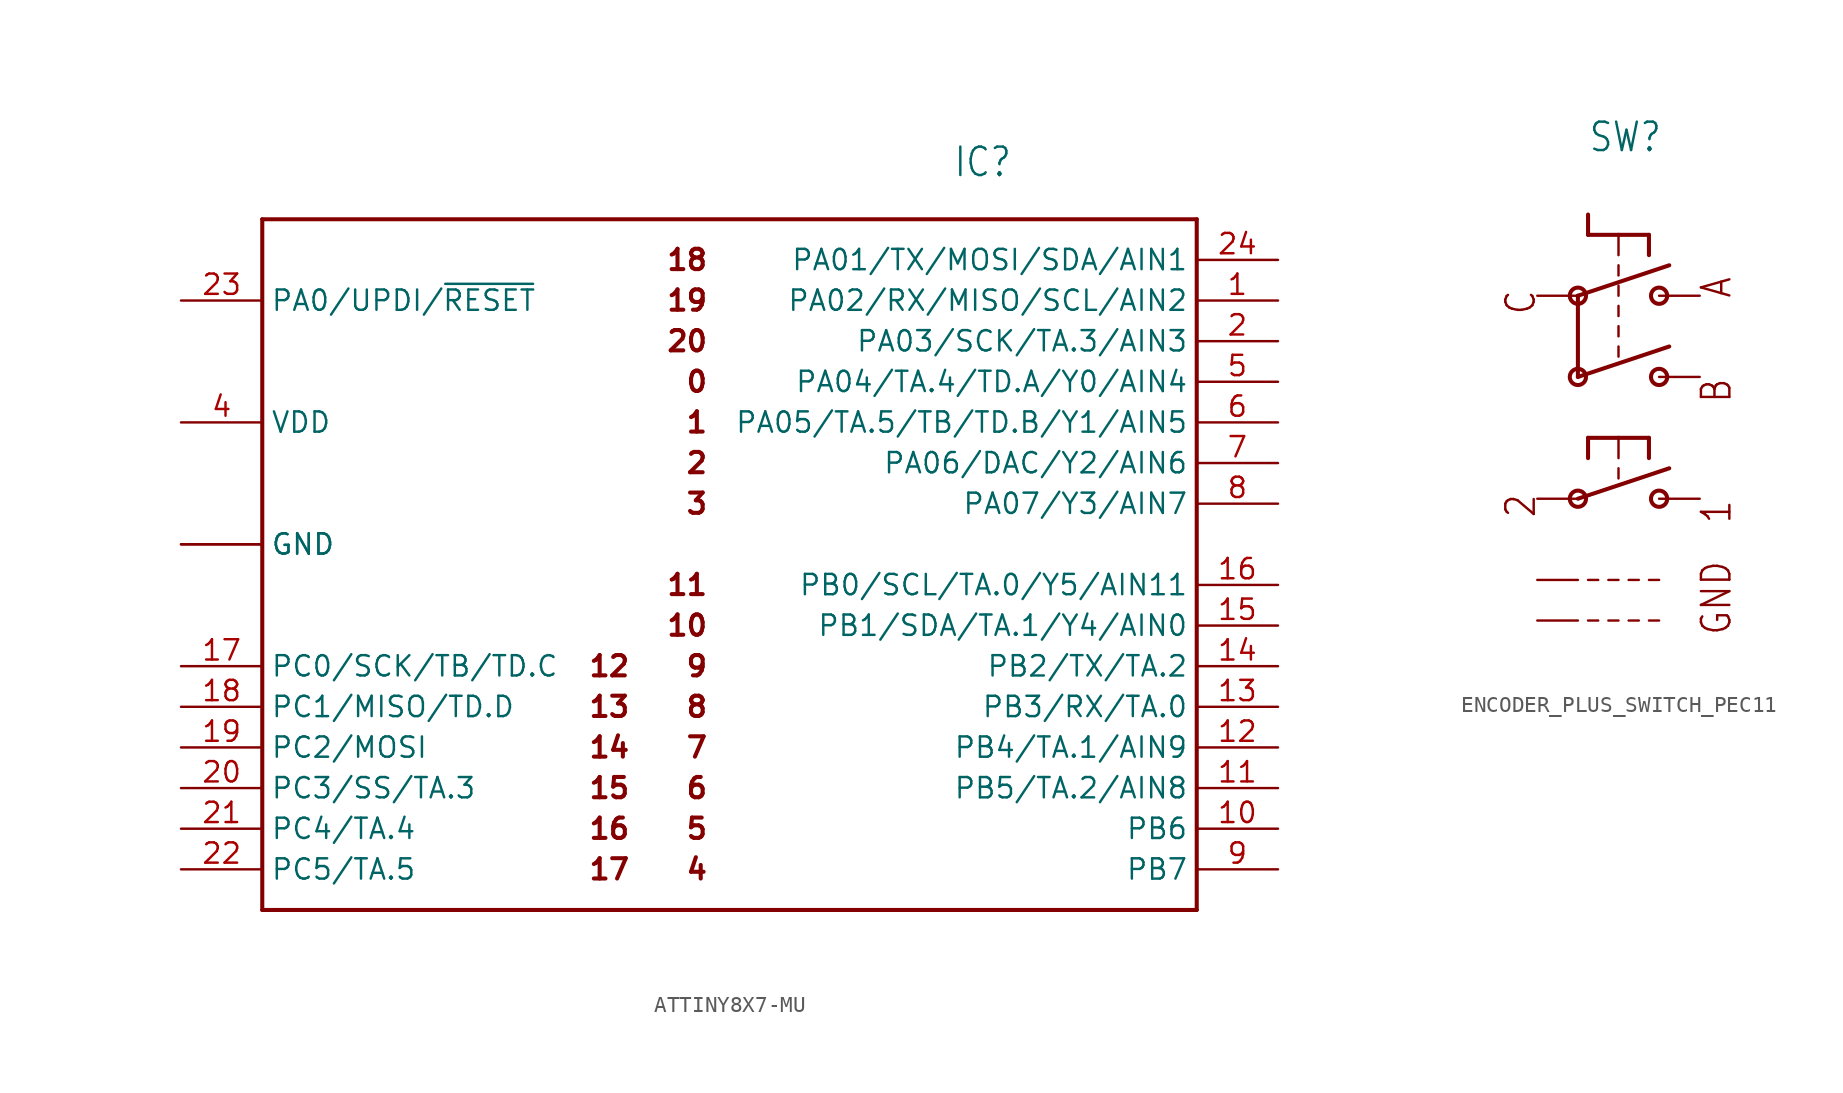
<source format=kicad_sym>
(kicad_symbol_lib
  (version 20220914)
  (generator kicad_symbol_editor)
  (symbol "ATTINY8X7-MU"
    (property "Reference" "IC"
      (at 12.7 25.4 0)
      (effects (font (size 1.778 1.511)) (justify left bottom)))
    (property "Value" ""
      (at -30.48 25.4 0)
      (effects (font (size 1.778 1.511)) (justify left bottom)))
    (property "ki_locked" ""
      (at 0 0 0)
      (effects (font (size 1.27 1.27))))
    (symbol "ATTINY8X7-MU_1_0"
      (polyline (pts (xy -30.48 -20.32) (xy -30.48 22.86)) (stroke (width 0.254) (type solid)) (fill (type none)))
      (polyline (pts (xy -30.48 22.86) (xy 27.94 22.86)) (stroke (width 0.254) (type solid)) (fill (type none)))
      (polyline (pts (xy 27.94 -20.32) (xy -30.48 -20.32)) (stroke (width 0.254) (type solid)) (fill (type none)))
      (polyline (pts (xy 27.94 22.86) (xy 27.94 -20.32)) (stroke (width 0.254) (type solid)) (fill (type none)))
      (text "0" (at -2.54 12.7 0) (effects (font (size 1.27 1.27) (thickness 0.254) bold) (justify right)))
      (text "1" (at -2.54 10.16 0) (effects (font (size 1.27 1.27) (thickness 0.254) bold) (justify right)))
      (text "10" (at -2.54 -2.54 0) (effects (font (size 1.27 1.27) (thickness 0.254) bold) (justify right)))
      (text "11" (at -2.54 0 0) (effects (font (size 1.27 1.27) (thickness 0.254) bold) (justify right)))
      (text "12" (at -10.16 -5.08 0) (effects (font (size 1.27 1.27) (thickness 0.254) bold) (justify left)))
      (text "13" (at -10.16 -7.62 0) (effects (font (size 1.27 1.27) (thickness 0.254) bold) (justify left)))
      (text "14" (at -10.16 -10.16 0) (effects (font (size 1.27 1.27) (thickness 0.254) bold) (justify left)))
      (text "15" (at -10.16 -12.7 0) (effects (font (size 1.27 1.27) (thickness 0.254) bold) (justify left)))
      (text "16" (at -10.16 -15.24 0) (effects (font (size 1.27 1.27) (thickness 0.254) bold) (justify left)))
      (text "17" (at -10.16 -17.78 0) (effects (font (size 1.27 1.27) (thickness 0.254) bold) (justify left)))
      (text "18" (at -2.54 20.32 0) (effects (font (size 1.27 1.27) (thickness 0.254) bold) (justify right)))
      (text "19" (at -2.54 17.78 0) (effects (font (size 1.27 1.27) (thickness 0.254) bold) (justify right)))
      (text "2" (at -2.54 7.62 0) (effects (font (size 1.27 1.27) (thickness 0.254) bold) (justify right)))
      (text "20" (at -2.54 15.24 0) (effects (font (size 1.27 1.27) (thickness 0.254) bold) (justify right)))
      (text "3" (at -2.54 5.08 0) (effects (font (size 1.27 1.27) (thickness 0.254) bold) (justify right)))
      (text "4" (at -2.54 -17.78 0) (effects (font (size 1.27 1.27) (thickness 0.254) bold) (justify right)))
      (text "5" (at -2.54 -15.24 0) (effects (font (size 1.27 1.27) (thickness 0.254) bold) (justify right)))
      (text "6" (at -2.54 -12.7 0) (effects (font (size 1.27 1.27) (thickness 0.254) bold) (justify right)))
      (text "7" (at -2.54 -10.16 0) (effects (font (size 1.27 1.27) (thickness 0.254) bold) (justify right)))
      (text "8" (at -2.54 -7.62 0) (effects (font (size 1.27 1.27) (thickness 0.254) bold) (justify right)))
      (text "9" (at -2.54 -5.08 0) (effects (font (size 1.27 1.27) (thickness 0.254) bold) (justify right)))
      (pin bidirectional line (at 33.02 17.78 180) (length 5.08) (name "PA02/RX/MISO/SCL/AIN2" (effects (font (size 1.27 1.27)))) (number "1" (effects (font (size 1.27 1.27)))))
      (pin bidirectional line (at 33.02 -15.24 180) (length 5.08) (name "PB6" (effects (font (size 1.27 1.27)))) (number "10" (effects (font (size 1.27 1.27)))))
      (pin bidirectional line (at 33.02 -12.7 180) (length 5.08) (name "PB5/TA.2/AIN8" (effects (font (size 1.27 1.27)))) (number "11" (effects (font (size 1.27 1.27)))))
      (pin bidirectional line (at 33.02 -10.16 180) (length 5.08) (name "PB4/TA.1/AIN9" (effects (font (size 1.27 1.27)))) (number "12" (effects (font (size 1.27 1.27)))))
      (pin bidirectional line (at 33.02 -7.62 180) (length 5.08) (name "PB3/RX/TA.0" (effects (font (size 1.27 1.27)))) (number "13" (effects (font (size 1.27 1.27)))))
      (pin bidirectional line (at 33.02 -5.08 180) (length 5.08) (name "PB2/TX/TA.2" (effects (font (size 1.27 1.27)))) (number "14" (effects (font (size 1.27 1.27)))))
      (pin bidirectional line (at 33.02 -2.54 180) (length 5.08) (name "PB1/SDA/TA.1/Y4/AIN0" (effects (font (size 1.27 1.27)))) (number "15" (effects (font (size 1.27 1.27)))))
      (pin bidirectional line (at 33.02 0 180) (length 5.08) (name "PB0/SCL/TA.0/Y5/AIN11" (effects (font (size 1.27 1.27)))) (number "16" (effects (font (size 1.27 1.27)))))
      (pin bidirectional line (at -35.56 -5.08 0) (length 5.08) (name "PC0/SCK/TB/TD.C" (effects (font (size 1.27 1.27)))) (number "17" (effects (font (size 1.27 1.27)))))
      (pin bidirectional line (at -35.56 -7.62 0) (length 5.08) (name "PC1/MISO/TD.D" (effects (font (size 1.27 1.27)))) (number "18" (effects (font (size 1.27 1.27)))))
      (pin bidirectional line (at -35.56 -10.16 0) (length 5.08) (name "PC2/MOSI" (effects (font (size 1.27 1.27)))) (number "19" (effects (font (size 1.27 1.27)))))
      (pin bidirectional line (at 33.02 15.24 180) (length 5.08) (name "PA03/SCK/TA.3/AIN3" (effects (font (size 1.27 1.27)))) (number "2" (effects (font (size 1.27 1.27)))))
      (pin bidirectional line (at -35.56 -12.7 0) (length 5.08) (name "PC3/SS/TA.3" (effects (font (size 1.27 1.27)))) (number "20" (effects (font (size 1.27 1.27)))))
      (pin bidirectional line (at -35.56 -15.24 0) (length 5.08) (name "PC4/TA.4" (effects (font (size 1.27 1.27)))) (number "21" (effects (font (size 1.27 1.27)))))
      (pin bidirectional line (at -35.56 -17.78 0) (length 5.08) (name "PC5/TA.5" (effects (font (size 1.27 1.27)))) (number "22" (effects (font (size 1.27 1.27)))))
      (pin bidirectional line (at -35.56 17.78 0) (length 5.08) (name "PA0/UPDI/~{RESET}" (effects (font (size 1.27 1.27)))) (number "23" (effects (font (size 1.27 1.27)))))
      (pin bidirectional line (at 33.02 20.32 180) (length 5.08) (name "PA01/TX/MOSI/SDA/AIN1" (effects (font (size 1.27 1.27)))) (number "24" (effects (font (size 1.27 1.27)))))
      (pin power_in line (at -35.56 2.54 0) (length 5.08) (name "GND" (effects (font (size 1.27 1.27)))) (number "3" (effects (font (size 0 0)))))
      (pin power_in line (at -35.56 10.16 0) (length 5.08) (name "VDD" (effects (font (size 1.27 1.27)))) (number "4" (effects (font (size 1.27 1.27)))))
      (pin bidirectional line (at 33.02 12.7 180) (length 5.08) (name "PA04/TA.4/TD.A/Y0/AIN4" (effects (font (size 1.27 1.27)))) (number "5" (effects (font (size 1.27 1.27)))))
      (pin bidirectional line (at 33.02 10.16 180) (length 5.08) (name "PA05/TA.5/TB/TD.B/Y1/AIN5" (effects (font (size 1.27 1.27)))) (number "6" (effects (font (size 1.27 1.27)))))
      (pin bidirectional line (at 33.02 7.62 180) (length 5.08) (name "PA06/DAC/Y2/AIN6" (effects (font (size 1.27 1.27)))) (number "7" (effects (font (size 1.27 1.27)))))
      (pin bidirectional line (at 33.02 5.08 180) (length 5.08) (name "PA07/Y3/AIN7" (effects (font (size 1.27 1.27)))) (number "8" (effects (font (size 1.27 1.27)))))
      (pin bidirectional line (at 33.02 -17.78 180) (length 5.08) (name "PB7" (effects (font (size 1.27 1.27)))) (number "9" (effects (font (size 1.27 1.27)))))
      (pin power_in line (at -35.56 2.54 0) (length 5.08) (name "GND" (effects (font (size 1.27 1.27)))) (number "THERM" (effects (font (size 0 0)))))))
  (symbol "ENCODER_PLUS_SWITCH_PEC11"
    (property "Reference" "SW"
      (at -1.905 13.97 0)
      (effects (font (size 1.778 1.511)) (justify left bottom)))
    (property "Value" ""
      (at -1.905 11.43 0)
      (effects (font (size 1.778 1.511)) (justify left bottom)))
    (property "ki_locked" ""
      (at 0 0 0)
      (effects (font (size 1.27 1.27))))
    (symbol "ENCODER_PLUS_SWITCH_PEC11_1_0"
      (circle (center -2.54 -7.62) (radius 0.508) (stroke (width 0.254) (type solid)) (fill (type none)))
      (circle (center -2.54 0) (radius 0.508) (stroke (width 0.254) (type solid)) (fill (type none)))
      (circle (center -2.54 5.08) (radius 0.508) (stroke (width 0.254) (type solid)) (fill (type none)))
      (polyline (pts (xy -2.54 -7.62) (xy 3.175 -5.715)) (stroke (width 0.254) (type solid)) (fill (type none)))
      (polyline (pts (xy -2.54 0) (xy -2.54 5.08)) (stroke (width 0.254) (type solid)) (fill (type none)))
      (polyline (pts (xy -2.54 0) (xy 3.175 1.905)) (stroke (width 0.254) (type solid)) (fill (type none)))
      (polyline (pts (xy -2.54 5.08) (xy 3.175 6.985)) (stroke (width 0.254) (type solid)) (fill (type none)))
      (polyline (pts (xy -1.905 -15.24) (xy -1.27 -15.24)) (stroke (width 0.152) (type solid)) (fill (type none)))
      (polyline (pts (xy -1.905 -12.7) (xy -1.27 -12.7)) (stroke (width 0.152) (type solid)) (fill (type none)))
      (polyline (pts (xy -1.905 -3.81) (xy -1.905 -5.08)) (stroke (width 0.254) (type solid)) (fill (type none)))
      (polyline (pts (xy -1.905 8.89) (xy -1.905 10.16)) (stroke (width 0.254) (type solid)) (fill (type none)))
      (polyline (pts (xy -0.635 -15.24) (xy 0 -15.24)) (stroke (width 0.152) (type solid)) (fill (type none)))
      (polyline (pts (xy -0.635 -12.7) (xy 0 -12.7)) (stroke (width 0.152) (type solid)) (fill (type none)))
      (polyline (pts (xy 0 -5.715) (xy 0 -6.35)) (stroke (width 0.152) (type solid)) (fill (type none)))
      (polyline (pts (xy 0 -3.81) (xy -1.905 -3.81)) (stroke (width 0.254) (type solid)) (fill (type none)))
      (polyline (pts (xy 0 -3.81) (xy 0 -5.08)) (stroke (width 0.152) (type solid)) (fill (type none)))
      (polyline (pts (xy 0 1.27) (xy 0 1.905)) (stroke (width 0.152) (type solid)) (fill (type none)))
      (polyline (pts (xy 0 3.175) (xy 0 2.54)) (stroke (width 0.152) (type solid)) (fill (type none)))
      (polyline (pts (xy 0 3.81) (xy 0 4.445)) (stroke (width 0.152) (type solid)) (fill (type none)))
      (polyline (pts (xy 0 5.08) (xy 0 5.715)) (stroke (width 0.152) (type solid)) (fill (type none)))
      (polyline (pts (xy 0 6.35) (xy 0 6.985)) (stroke (width 0.152) (type solid)) (fill (type none)))
      (polyline (pts (xy 0 8.89) (xy -1.905 8.89)) (stroke (width 0.254) (type solid)) (fill (type none)))
      (polyline (pts (xy 0 8.89) (xy 0 7.62)) (stroke (width 0.152) (type solid)) (fill (type none)))
      (polyline (pts (xy 0.635 -15.24) (xy 1.27 -15.24)) (stroke (width 0.152) (type solid)) (fill (type none)))
      (polyline (pts (xy 0.635 -12.7) (xy 1.27 -12.7)) (stroke (width 0.152) (type solid)) (fill (type none)))
      (polyline (pts (xy 1.905 -15.24) (xy 2.54 -15.24)) (stroke (width 0.152) (type solid)) (fill (type none)))
      (polyline (pts (xy 1.905 -12.7) (xy 2.54 -12.7)) (stroke (width 0.152) (type solid)) (fill (type none)))
      (polyline (pts (xy 1.905 -3.81) (xy 0 -3.81)) (stroke (width 0.254) (type solid)) (fill (type none)))
      (polyline (pts (xy 1.905 -3.81) (xy 1.905 -5.08)) (stroke (width 0.254) (type solid)) (fill (type none)))
      (polyline (pts (xy 1.905 8.89) (xy 0 8.89)) (stroke (width 0.254) (type solid)) (fill (type none)))
      (polyline (pts (xy 1.905 8.89) (xy 1.905 7.62)) (stroke (width 0.254) (type solid)) (fill (type none)))
      (circle (center 2.54 -7.62) (radius 0.508) (stroke (width 0.254) (type solid)) (fill (type none)))
      (circle (center 2.54 0) (radius 0.508) (stroke (width 0.254) (type solid)) (fill (type none)))
      (circle (center 2.54 5.08) (radius 0.508) (stroke (width 0.254) (type solid)) (fill (type none)))
      (text "1" (at 5.08 -7.62 900) (effects (font (size 1.778 1.511)) (justify right top)))
      (text "2" (at -5.08 -8.89 900) (effects (font (size 1.778 1.511)) (justify left bottom)))
      (text "A" (at 5.08 6.35 900) (effects (font (size 1.778 1.511)) (justify right top)))
      (text "B" (at 5.08 0 900) (effects (font (size 1.778 1.511)) (justify right top)))
      (text "C" (at -5.08 3.81 900) (effects (font (size 1.778 1.511)) (justify left bottom)))
      (text "GND" (at 5.08 -11.43 900) (effects (font (size 1.778 1.511)) (justify right top)))
      (pin passive line (at 5.08 -7.62 180) (length 2.54) (name "P$1" (effects (font (size 0 0)))) (number "P$1" (effects (font (size 0 0)))))
      (pin passive line (at -5.08 -7.62 0) (length 2.54) (name "P$2" (effects (font (size 0 0)))) (number "P$2" (effects (font (size 0 0)))))
      (pin passive line (at 5.08 5.08 180) (length 2.54) (name "P$A" (effects (font (size 0 0)))) (number "P$A" (effects (font (size 0 0)))))
      (pin passive line (at 5.08 0 180) (length 2.54) (name "P$B" (effects (font (size 0 0)))) (number "P$B" (effects (font (size 0 0)))))
      (pin passive line (at -5.08 5.08 0) (length 2.54) (name "P$C" (effects (font (size 0 0)))) (number "P$C" (effects (font (size 0 0)))))
      (pin passive line (at -5.08 -12.7 0) (length 2.54) (name "P$GND1" (effects (font (size 0 0)))) (number "P$GND1" (effects (font (size 0 0)))))
      (pin passive line (at -5.08 -15.24 0) (length 2.54) (name "P$GND2" (effects (font (size 0 0)))) (number "P$GND2" (effects (font (size 0 0))))))))
</source>
